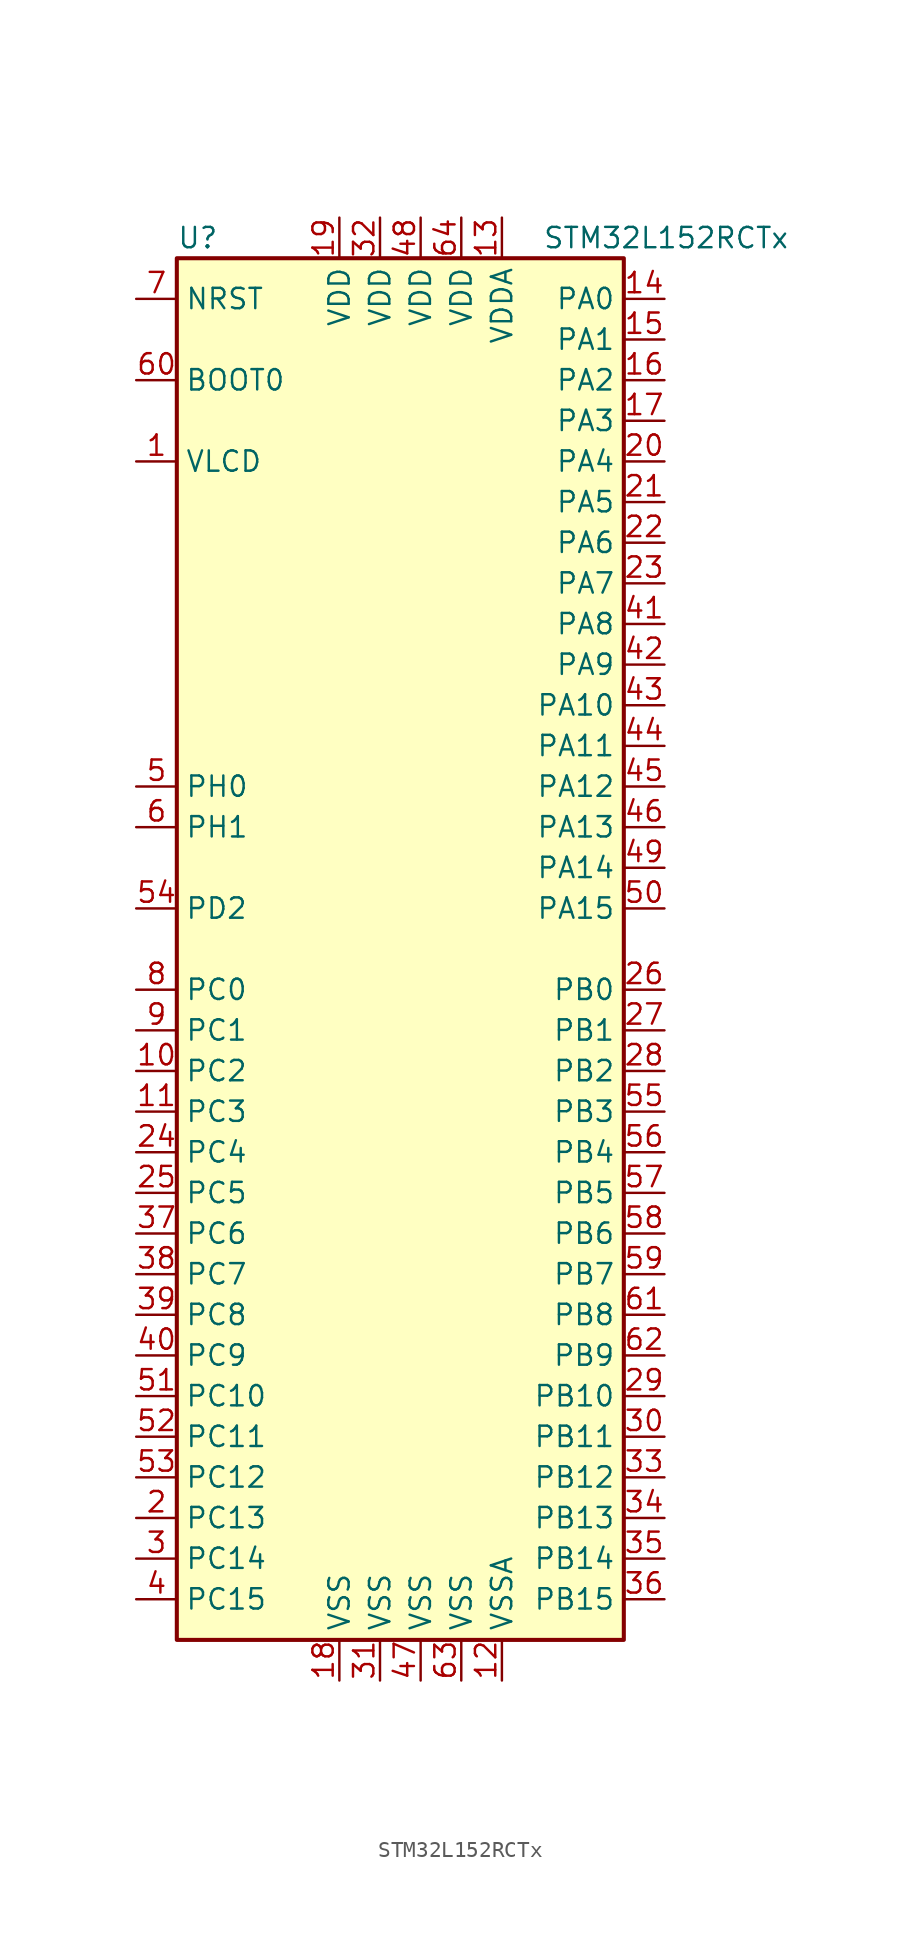
<source format=kicad_sym>
(kicad_symbol_lib
  (version 20211014)
  (generator kicad_symbol_editor)
  (symbol "STM32L152RCTx"
    (property "Reference" "U"
      (at -15.24 44.45 0)
      (effects (font (size 1.27 1.27)) (justify left)))
    (property "Value" "STM32L152RCTx"
      (at 7.62 44.45 0)
      (effects (font (size 1.27 1.27)) (justify left)))
    (symbol "STM32L152RCTx_0_1"
      (rectangle (start -15.24 -43.18) (end 12.7 43.18) (stroke (width 0.254) (type default) (color 0 0 0 0)) (fill (type background))))
    (symbol "STM32L152RCTx_1_1"
      (pin power_in line (at -17.78 30.48 0) (length 2.54) (name "VLCD" (effects (font (size 1.27 1.27)))) (number "1" (effects (font (size 1.27 1.27)))))
      (pin bidirectional line (at -17.78 -7.62 0) (length 2.54) (name "PC2" (effects (font (size 1.27 1.27)))) (number "10" (effects (font (size 1.27 1.27)))))
      (pin bidirectional line (at -17.78 -10.16 0) (length 2.54) (name "PC3" (effects (font (size 1.27 1.27)))) (number "11" (effects (font (size 1.27 1.27)))))
      (pin power_in line (at 5.08 -45.72 90) (length 2.54) (name "VSSA" (effects (font (size 1.27 1.27)))) (number "12" (effects (font (size 1.27 1.27)))))
      (pin power_in line (at 5.08 45.72 270) (length 2.54) (name "VDDA" (effects (font (size 1.27 1.27)))) (number "13" (effects (font (size 1.27 1.27)))))
      (pin bidirectional line (at 15.24 40.64 180) (length 2.54) (name "PA0" (effects (font (size 1.27 1.27)))) (number "14" (effects (font (size 1.27 1.27)))))
      (pin bidirectional line (at 15.24 38.1 180) (length 2.54) (name "PA1" (effects (font (size 1.27 1.27)))) (number "15" (effects (font (size 1.27 1.27)))))
      (pin bidirectional line (at 15.24 35.56 180) (length 2.54) (name "PA2" (effects (font (size 1.27 1.27)))) (number "16" (effects (font (size 1.27 1.27)))))
      (pin bidirectional line (at 15.24 33.02 180) (length 2.54) (name "PA3" (effects (font (size 1.27 1.27)))) (number "17" (effects (font (size 1.27 1.27)))))
      (pin power_in line (at -5.08 -45.72 90) (length 2.54) (name "VSS" (effects (font (size 1.27 1.27)))) (number "18" (effects (font (size 1.27 1.27)))))
      (pin power_in line (at -5.08 45.72 270) (length 2.54) (name "VDD" (effects (font (size 1.27 1.27)))) (number "19" (effects (font (size 1.27 1.27)))))
      (pin bidirectional line (at -17.78 -35.56 0) (length 2.54) (name "PC13" (effects (font (size 1.27 1.27)))) (number "2" (effects (font (size 1.27 1.27)))))
      (pin bidirectional line (at 15.24 30.48 180) (length 2.54) (name "PA4" (effects (font (size 1.27 1.27)))) (number "20" (effects (font (size 1.27 1.27)))))
      (pin bidirectional line (at 15.24 27.94 180) (length 2.54) (name "PA5" (effects (font (size 1.27 1.27)))) (number "21" (effects (font (size 1.27 1.27)))))
      (pin bidirectional line (at 15.24 25.4 180) (length 2.54) (name "PA6" (effects (font (size 1.27 1.27)))) (number "22" (effects (font (size 1.27 1.27)))))
      (pin bidirectional line (at 15.24 22.86 180) (length 2.54) (name "PA7" (effects (font (size 1.27 1.27)))) (number "23" (effects (font (size 1.27 1.27)))))
      (pin bidirectional line (at -17.78 -12.7 0) (length 2.54) (name "PC4" (effects (font (size 1.27 1.27)))) (number "24" (effects (font (size 1.27 1.27)))))
      (pin bidirectional line (at -17.78 -15.24 0) (length 2.54) (name "PC5" (effects (font (size 1.27 1.27)))) (number "25" (effects (font (size 1.27 1.27)))))
      (pin bidirectional line (at 15.24 -2.54 180) (length 2.54) (name "PB0" (effects (font (size 1.27 1.27)))) (number "26" (effects (font (size 1.27 1.27)))))
      (pin bidirectional line (at 15.24 -5.08 180) (length 2.54) (name "PB1" (effects (font (size 1.27 1.27)))) (number "27" (effects (font (size 1.27 1.27)))))
      (pin bidirectional line (at 15.24 -7.62 180) (length 2.54) (name "PB2" (effects (font (size 1.27 1.27)))) (number "28" (effects (font (size 1.27 1.27)))))
      (pin bidirectional line (at 15.24 -27.94 180) (length 2.54) (name "PB10" (effects (font (size 1.27 1.27)))) (number "29" (effects (font (size 1.27 1.27)))))
      (pin bidirectional line (at -17.78 -38.1 0) (length 2.54) (name "PC14" (effects (font (size 1.27 1.27)))) (number "3" (effects (font (size 1.27 1.27)))))
      (pin bidirectional line (at 15.24 -30.48 180) (length 2.54) (name "PB11" (effects (font (size 1.27 1.27)))) (number "30" (effects (font (size 1.27 1.27)))))
      (pin power_in line (at -2.54 -45.72 90) (length 2.54) (name "VSS" (effects (font (size 1.27 1.27)))) (number "31" (effects (font (size 1.27 1.27)))))
      (pin power_in line (at -2.54 45.72 270) (length 2.54) (name "VDD" (effects (font (size 1.27 1.27)))) (number "32" (effects (font (size 1.27 1.27)))))
      (pin bidirectional line (at 15.24 -33.02 180) (length 2.54) (name "PB12" (effects (font (size 1.27 1.27)))) (number "33" (effects (font (size 1.27 1.27)))))
      (pin bidirectional line (at 15.24 -35.56 180) (length 2.54) (name "PB13" (effects (font (size 1.27 1.27)))) (number "34" (effects (font (size 1.27 1.27)))))
      (pin bidirectional line (at 15.24 -38.1 180) (length 2.54) (name "PB14" (effects (font (size 1.27 1.27)))) (number "35" (effects (font (size 1.27 1.27)))))
      (pin bidirectional line (at 15.24 -40.64 180) (length 2.54) (name "PB15" (effects (font (size 1.27 1.27)))) (number "36" (effects (font (size 1.27 1.27)))))
      (pin bidirectional line (at -17.78 -17.78 0) (length 2.54) (name "PC6" (effects (font (size 1.27 1.27)))) (number "37" (effects (font (size 1.27 1.27)))))
      (pin bidirectional line (at -17.78 -20.32 0) (length 2.54) (name "PC7" (effects (font (size 1.27 1.27)))) (number "38" (effects (font (size 1.27 1.27)))))
      (pin bidirectional line (at -17.78 -22.86 0) (length 2.54) (name "PC8" (effects (font (size 1.27 1.27)))) (number "39" (effects (font (size 1.27 1.27)))))
      (pin bidirectional line (at -17.78 -40.64 0) (length 2.54) (name "PC15" (effects (font (size 1.27 1.27)))) (number "4" (effects (font (size 1.27 1.27)))))
      (pin bidirectional line (at -17.78 -25.4 0) (length 2.54) (name "PC9" (effects (font (size 1.27 1.27)))) (number "40" (effects (font (size 1.27 1.27)))))
      (pin bidirectional line (at 15.24 20.32 180) (length 2.54) (name "PA8" (effects (font (size 1.27 1.27)))) (number "41" (effects (font (size 1.27 1.27)))))
      (pin bidirectional line (at 15.24 17.78 180) (length 2.54) (name "PA9" (effects (font (size 1.27 1.27)))) (number "42" (effects (font (size 1.27 1.27)))))
      (pin bidirectional line (at 15.24 15.24 180) (length 2.54) (name "PA10" (effects (font (size 1.27 1.27)))) (number "43" (effects (font (size 1.27 1.27)))))
      (pin bidirectional line (at 15.24 12.7 180) (length 2.54) (name "PA11" (effects (font (size 1.27 1.27)))) (number "44" (effects (font (size 1.27 1.27)))))
      (pin bidirectional line (at 15.24 10.16 180) (length 2.54) (name "PA12" (effects (font (size 1.27 1.27)))) (number "45" (effects (font (size 1.27 1.27)))))
      (pin bidirectional line (at 15.24 7.62 180) (length 2.54) (name "PA13" (effects (font (size 1.27 1.27)))) (number "46" (effects (font (size 1.27 1.27)))))
      (pin power_in line (at 0 -45.72 90) (length 2.54) (name "VSS" (effects (font (size 1.27 1.27)))) (number "47" (effects (font (size 1.27 1.27)))))
      (pin power_in line (at 0 45.72 270) (length 2.54) (name "VDD" (effects (font (size 1.27 1.27)))) (number "48" (effects (font (size 1.27 1.27)))))
      (pin bidirectional line (at 15.24 5.08 180) (length 2.54) (name "PA14" (effects (font (size 1.27 1.27)))) (number "49" (effects (font (size 1.27 1.27)))))
      (pin input line (at -17.78 10.16 0) (length 2.54) (name "PH0" (effects (font (size 1.27 1.27)))) (number "5" (effects (font (size 1.27 1.27)))))
      (pin bidirectional line (at 15.24 2.54 180) (length 2.54) (name "PA15" (effects (font (size 1.27 1.27)))) (number "50" (effects (font (size 1.27 1.27)))))
      (pin bidirectional line (at -17.78 -27.94 0) (length 2.54) (name "PC10" (effects (font (size 1.27 1.27)))) (number "51" (effects (font (size 1.27 1.27)))))
      (pin bidirectional line (at -17.78 -30.48 0) (length 2.54) (name "PC11" (effects (font (size 1.27 1.27)))) (number "52" (effects (font (size 1.27 1.27)))))
      (pin bidirectional line (at -17.78 -33.02 0) (length 2.54) (name "PC12" (effects (font (size 1.27 1.27)))) (number "53" (effects (font (size 1.27 1.27)))))
      (pin bidirectional line (at -17.78 2.54 0) (length 2.54) (name "PD2" (effects (font (size 1.27 1.27)))) (number "54" (effects (font (size 1.27 1.27)))))
      (pin bidirectional line (at 15.24 -10.16 180) (length 2.54) (name "PB3" (effects (font (size 1.27 1.27)))) (number "55" (effects (font (size 1.27 1.27)))))
      (pin bidirectional line (at 15.24 -12.7 180) (length 2.54) (name "PB4" (effects (font (size 1.27 1.27)))) (number "56" (effects (font (size 1.27 1.27)))))
      (pin bidirectional line (at 15.24 -15.24 180) (length 2.54) (name "PB5" (effects (font (size 1.27 1.27)))) (number "57" (effects (font (size 1.27 1.27)))))
      (pin bidirectional line (at 15.24 -17.78 180) (length 2.54) (name "PB6" (effects (font (size 1.27 1.27)))) (number "58" (effects (font (size 1.27 1.27)))))
      (pin bidirectional line (at 15.24 -20.32 180) (length 2.54) (name "PB7" (effects (font (size 1.27 1.27)))) (number "59" (effects (font (size 1.27 1.27)))))
      (pin input line (at -17.78 7.62 0) (length 2.54) (name "PH1" (effects (font (size 1.27 1.27)))) (number "6" (effects (font (size 1.27 1.27)))))
      (pin input line (at -17.78 35.56 0) (length 2.54) (name "BOOT0" (effects (font (size 1.27 1.27)))) (number "60" (effects (font (size 1.27 1.27)))))
      (pin bidirectional line (at 15.24 -22.86 180) (length 2.54) (name "PB8" (effects (font (size 1.27 1.27)))) (number "61" (effects (font (size 1.27 1.27)))))
      (pin bidirectional line (at 15.24 -25.4 180) (length 2.54) (name "PB9" (effects (font (size 1.27 1.27)))) (number "62" (effects (font (size 1.27 1.27)))))
      (pin power_in line (at 2.54 -45.72 90) (length 2.54) (name "VSS" (effects (font (size 1.27 1.27)))) (number "63" (effects (font (size 1.27 1.27)))))
      (pin power_in line (at 2.54 45.72 270) (length 2.54) (name "VDD" (effects (font (size 1.27 1.27)))) (number "64" (effects (font (size 1.27 1.27)))))
      (pin input line (at -17.78 40.64 0) (length 2.54) (name "NRST" (effects (font (size 1.27 1.27)))) (number "7" (effects (font (size 1.27 1.27)))))
      (pin bidirectional line (at -17.78 -2.54 0) (length 2.54) (name "PC0" (effects (font (size 1.27 1.27)))) (number "8" (effects (font (size 1.27 1.27)))))
      (pin bidirectional line (at -17.78 -5.08 0) (length 2.54) (name "PC1" (effects (font (size 1.27 1.27)))) (number "9" (effects (font (size 1.27 1.27))))))))
</source>
